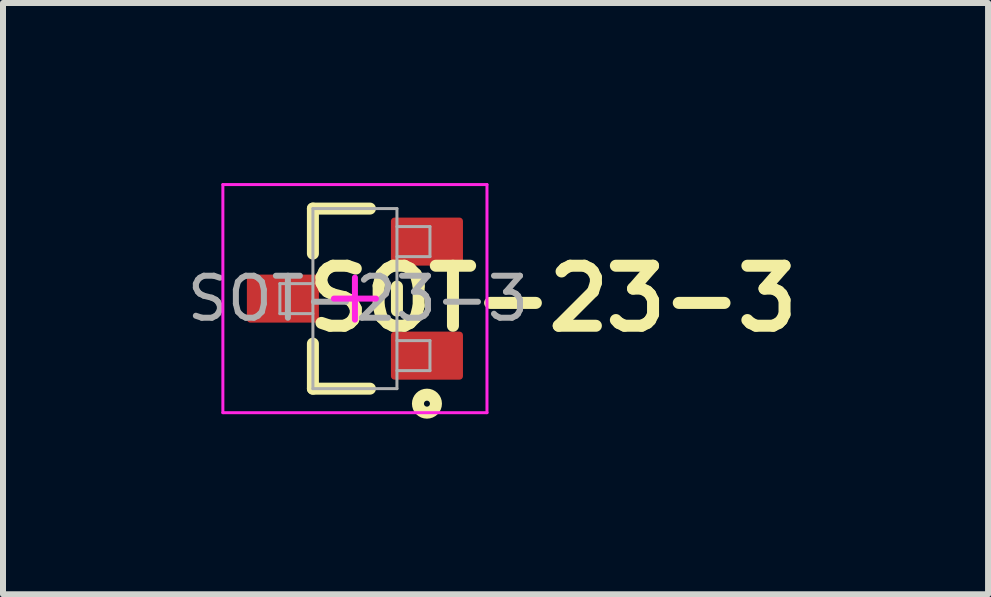
<source format=kicad_pcb>
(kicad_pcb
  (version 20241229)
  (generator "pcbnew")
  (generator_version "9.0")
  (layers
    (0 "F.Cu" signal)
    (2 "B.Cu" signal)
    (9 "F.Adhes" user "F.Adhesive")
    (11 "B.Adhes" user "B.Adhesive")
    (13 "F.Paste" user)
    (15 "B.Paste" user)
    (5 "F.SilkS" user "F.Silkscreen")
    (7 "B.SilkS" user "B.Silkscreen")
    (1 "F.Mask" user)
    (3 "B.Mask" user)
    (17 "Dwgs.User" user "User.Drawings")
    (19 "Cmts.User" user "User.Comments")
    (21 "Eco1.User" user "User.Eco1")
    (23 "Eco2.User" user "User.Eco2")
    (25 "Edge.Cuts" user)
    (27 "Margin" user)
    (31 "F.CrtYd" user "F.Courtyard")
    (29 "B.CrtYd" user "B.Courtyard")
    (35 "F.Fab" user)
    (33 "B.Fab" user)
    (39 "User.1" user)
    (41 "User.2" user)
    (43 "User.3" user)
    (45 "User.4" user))
  (footprint "SOT-23-3"
    (layer "F.Cu")
    (at 2.863 1.925)
    (property "Reference" "SOT-23-3" (at 3.3 0 0) (layer "F.SilkS") (effects (font (size 1 1) (thickness 0.2))))
    (attr through_hole)
    (fp_line (start -0.7 -1.5) (end -0.7 -0.75) (stroke (width 0.2) (type solid)) (layer "F.SilkS"))
    (fp_line (start -0.7 -1.5) (end 0.25 -1.5) (stroke (width 0.2) (type solid)) (layer "F.SilkS"))
    (fp_line (start -0.7 0.75) (end -0.7 1.5) (stroke (width 0.2) (type solid)) (layer "F.SilkS"))
    (fp_line (start -0.7 1.5) (end 0.25 1.5) (stroke (width 0.2) (type solid)) (layer "F.SilkS"))
    (fp_line (start 0.7 0.2) (end 0.7 -0.2) (stroke (width 0.2) (type solid)) (layer "F.SilkS"))
    (fp_circle (center 1.2 1.75) (end 1.25 1.75) (stroke (width 0.2) (type solid)) (fill no) (layer "F.SilkS"))
    (fp_line (start -2.2 -1.9) (end -2.2 1.9) (stroke (width 0.05) (type solid)) (layer "F.CrtYd"))
    (fp_line (start -2.2 1.9) (end 2.2 1.9) (stroke (width 0.05) (type solid)) (layer "F.CrtYd"))
    (fp_line (start -0.35 0) (end 0.35 0) (stroke (width 0.1) (type solid)) (layer "F.CrtYd"))
    (fp_line (start 0 -0.35) (end 0 0.35) (stroke (width 0.1) (type solid)) (layer "F.CrtYd"))
    (fp_line (start 2.2 -1.9) (end -2.2 -1.9) (stroke (width 0.05) (type solid)) (layer "F.CrtYd"))
    (fp_line (start 2.2 1.9) (end 2.2 -1.9) (stroke (width 0.05) (type solid)) (layer "F.CrtYd"))
    (fp_line (start -1.25 -0.25) (end -1.25 0.25) (stroke (width 0.05) (type solid)) (layer "F.Fab"))
    (fp_line (start -1.25 0.25) (end -0.7 0.25) (stroke (width 0.05) (type solid)) (layer "F.Fab"))
    (fp_line (start -0.7 -1.5) (end -0.7 1.5) (stroke (width 0.05) (type solid)) (layer "F.Fab"))
    (fp_line (start -0.7 -0.25) (end -1.25 -0.25) (stroke (width 0.05) (type solid)) (layer "F.Fab"))
    (fp_line (start -0.7 1.5) (end 0.7 1.5) (stroke (width 0.05) (type solid)) (layer "F.Fab"))
    (fp_line (start 0.7 -1.5) (end -0.7 -1.5) (stroke (width 0.05) (type solid)) (layer "F.Fab"))
    (fp_line (start 0.7 -0.7) (end 1.25 -0.7) (stroke (width 0.05) (type solid)) (layer "F.Fab"))
    (fp_line (start 0.7 1.2) (end 1.25 1.2) (stroke (width 0.05) (type solid)) (layer "F.Fab"))
    (fp_line (start 0.7 1.5) (end 0.7 -1.5) (stroke (width 0.05) (type solid)) (layer "F.Fab"))
    (fp_line (start 1.25 -1.2) (end 0.7 -1.2) (stroke (width 0.05) (type solid)) (layer "F.Fab"))
    (fp_line (start 1.25 -0.7) (end 1.25 -1.2) (stroke (width 0.05) (type solid)) (layer "F.Fab"))
    (fp_line (start 1.25 0.7) (end 0.7 0.7) (stroke (width 0.05) (type solid)) (layer "F.Fab"))
    (fp_line (start 1.25 1.2) (end 1.25 0.7) (stroke (width 0.05) (type solid)) (layer "F.Fab"))
    (fp_text user "${REFERENCE}" (at 0.05 0 0) (layer "F.Fab") (effects (font (size 0.7 0.7) (thickness 0.1))))
    (pad "1" smd roundrect (at 1.2 0.95) (size 1.2 0.8) (layers "F.Cu" "F.Mask" "F.Paste") (roundrect_rratio 0.072))
    (pad "2" smd roundrect (at 1.2 -0.95) (size 1.2 0.8) (layers "F.Cu" "F.Mask" "F.Paste") (roundrect_rratio 0.072))
    (pad "3" smd roundrect (at -1.2 0) (size 1.2 0.8) (layers "F.Cu" "F.Mask" "F.Paste") (roundrect_rratio 0.072)))
  (gr_rect
    (start -3 -3)
    (end 13.411 6.85)
    (stroke (width 0.1) (type default))
    (fill no)
    (layer "Edge.Cuts")))
</source>
